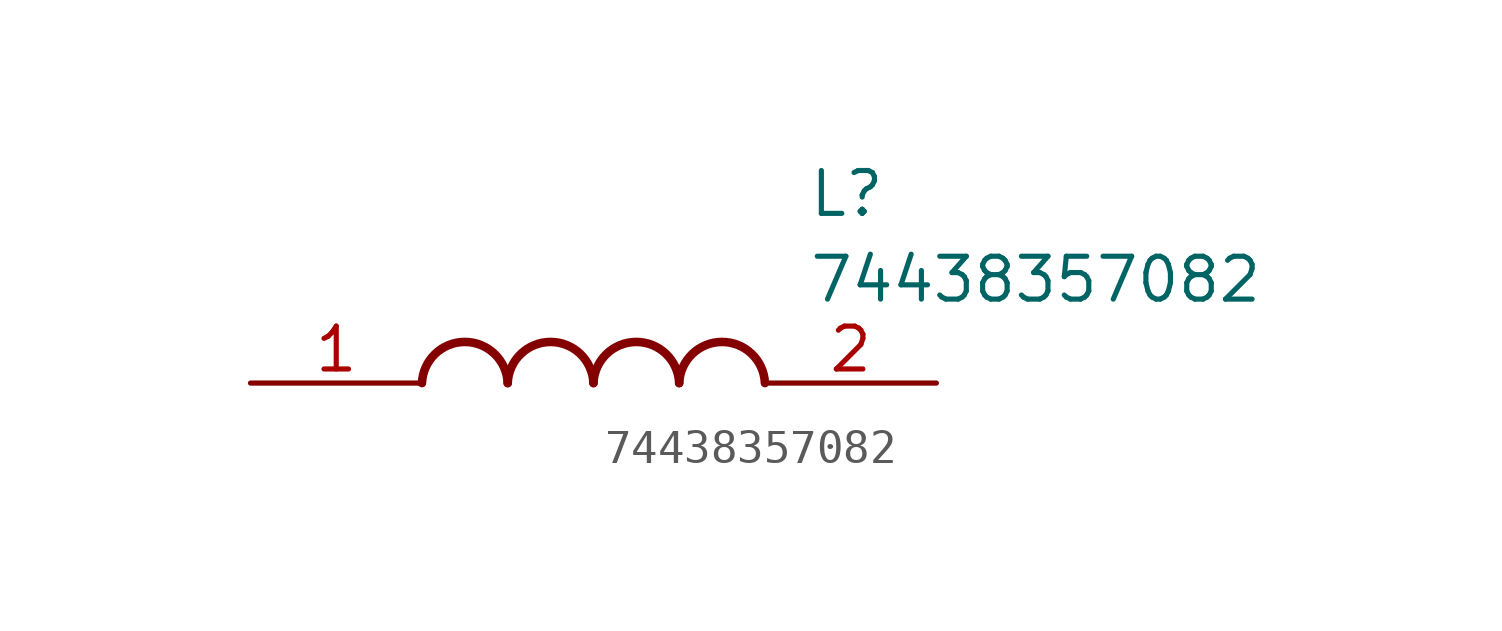
<source format=kicad_sym>
(kicad_symbol_lib
  (version 20211014)
  (generator SamacSys_ECAD_Model)
  (symbol "74438357082"
    (pin_names hide)
    (property "Reference" "L"
      (at 16.51 6.35 0)
      (effects (font (size 1.27 1.27)) (justify left top)))
    (property "Value" "74438357082"
      (at 16.51 3.81 0)
      (effects (font (size 1.27 1.27)) (justify left top)))
    (arc
      (start 7.62 0)
      (mid 6.35 1.219)
      (end 5.08 0)
      (stroke (width 0.254) (type default))
      (fill (type none)))
    (arc
      (start 10.16 0)
      (mid 8.89 1.219)
      (end 7.62 0)
      (stroke (width 0.254) (type default))
      (fill (type none)))
    (arc
      (start 12.7 0)
      (mid 11.43 1.219)
      (end 10.16 0)
      (stroke (width 0.254) (type default))
      (fill (type none)))
    (arc
      (start 15.24 0)
      (mid 13.97 1.219)
      (end 12.7 0)
      (stroke (width 0.254) (type default))
      (fill (type none)))
    (pin passive line
      (at 0 0 0)
      (length 5.08)
      (name "1" (effects (font (size 1.27 1.27))))
      (number "1" (effects (font (size 1.27 1.27)))))
    (pin passive line
      (at 20.32 0 180)
      (length 5.08)
      (name "2" (effects (font (size 1.27 1.27))))
      (number "2" (effects (font (size 1.27 1.27)))))))
</source>
